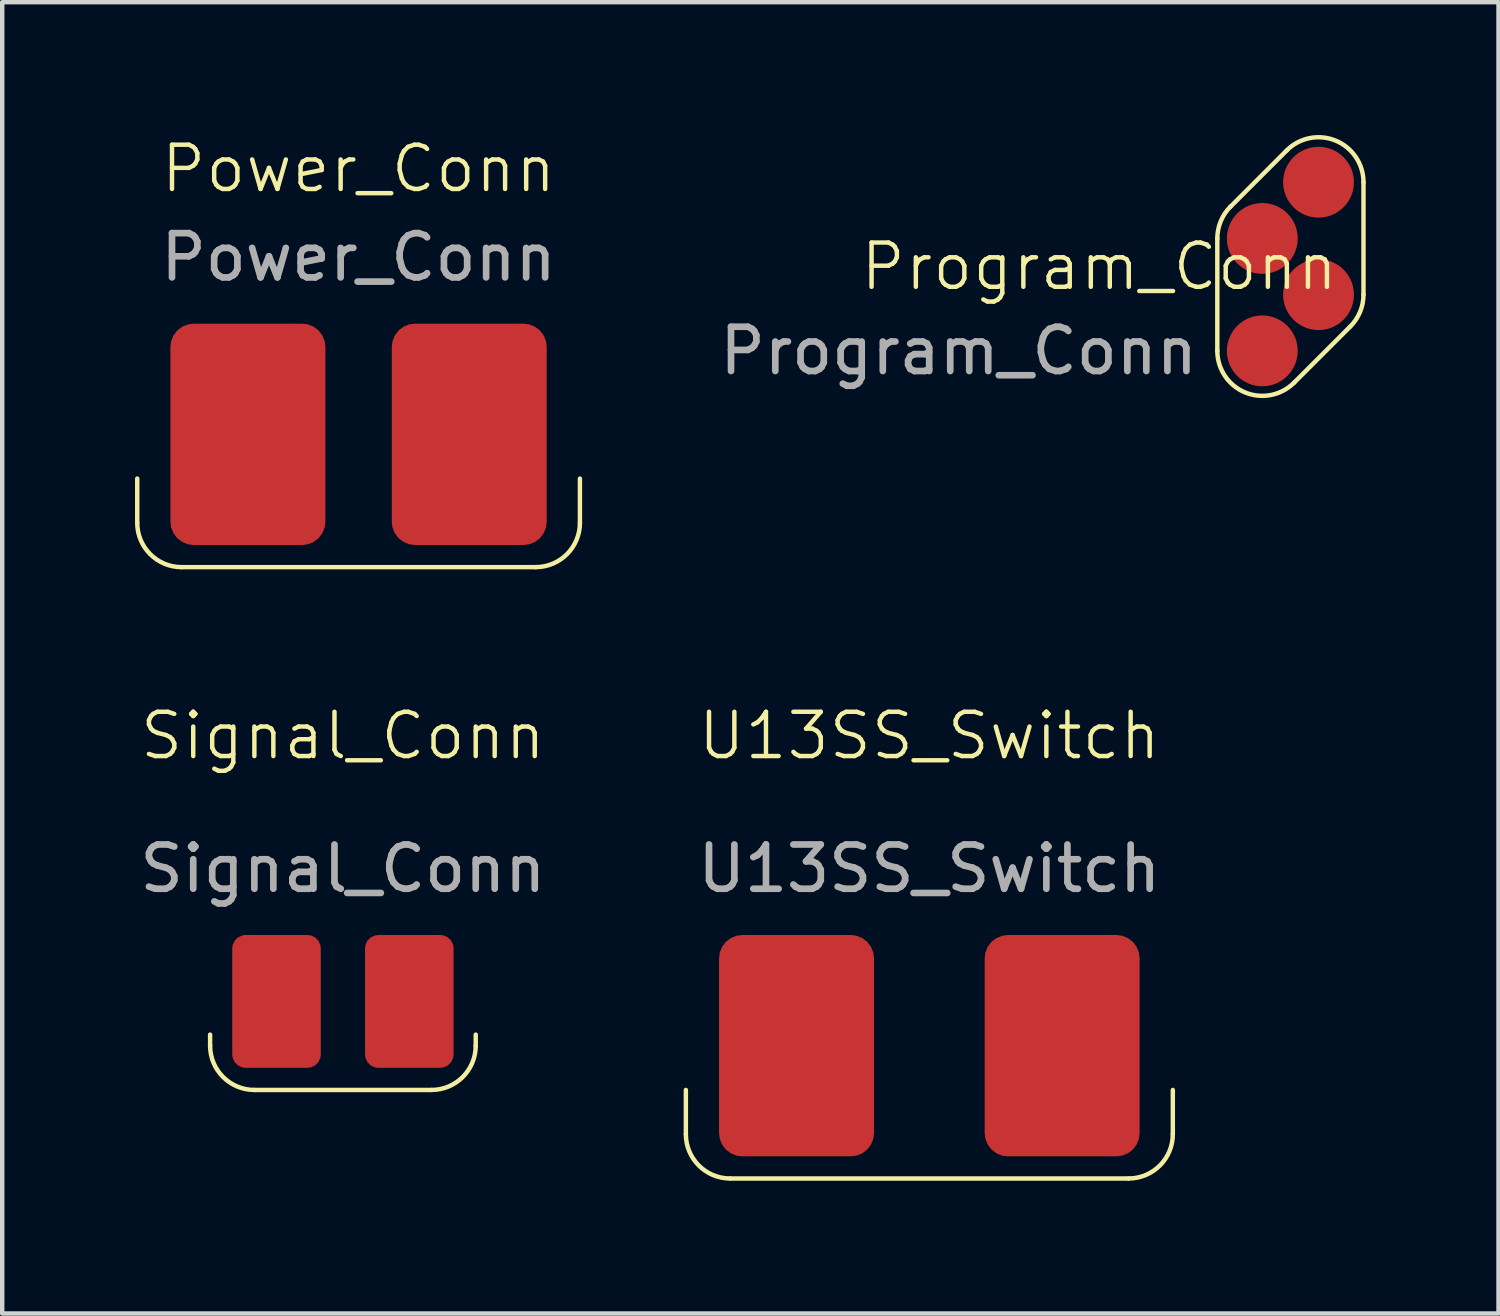
<source format=kicad_pcb>
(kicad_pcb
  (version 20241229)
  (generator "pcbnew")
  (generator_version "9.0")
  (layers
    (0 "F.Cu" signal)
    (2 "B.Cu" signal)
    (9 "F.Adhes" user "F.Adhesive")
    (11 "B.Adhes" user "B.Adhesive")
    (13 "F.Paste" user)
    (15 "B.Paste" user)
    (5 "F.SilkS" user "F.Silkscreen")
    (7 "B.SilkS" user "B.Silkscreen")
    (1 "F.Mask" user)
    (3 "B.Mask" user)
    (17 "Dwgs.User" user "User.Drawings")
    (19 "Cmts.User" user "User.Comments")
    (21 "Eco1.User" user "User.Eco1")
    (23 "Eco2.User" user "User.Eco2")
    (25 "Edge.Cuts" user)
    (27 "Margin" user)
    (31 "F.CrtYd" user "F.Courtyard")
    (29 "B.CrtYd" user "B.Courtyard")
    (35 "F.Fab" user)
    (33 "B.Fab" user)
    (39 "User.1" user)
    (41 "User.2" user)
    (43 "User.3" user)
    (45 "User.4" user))
  (footprint "Power_Conn"
    (layer "F.Cu")
    (at 5.05 6.761)
    (property "Reference" "Power_Conn" (at 0 -6 0) (unlocked yes) (layer "F.SilkS") (effects (font (size 1 1) (thickness 0.1))))
    (attr smd)
    (fp_line (start -5 1) (end -5 2) (stroke (width 0.1) (type default)) (layer "F.SilkS"))
    (fp_line (start -4 3) (end 4 3) (stroke (width 0.1) (type default)) (layer "F.SilkS"))
    (fp_line (start 5 2) (end 5 1) (stroke (width 0.1) (type default)) (layer "F.SilkS"))
    (fp_arc (start -4 3) (mid -4.707107 2.707107) (end -5 2) (stroke (width 0.1) (type default)) (layer "F.SilkS"))
    (fp_arc (start 5 2) (mid 4.707107 2.707107) (end 4 3) (stroke (width 0.1) (type default)) (layer "F.SilkS"))
    (fp_text user "${REFERENCE}" (at 0 -4 0) (unlocked yes) (layer "F.Fab") (effects (font (size 1 1) (thickness 0.15))))
    (pad "1" smd roundrect (at -2.5 0) (size 3.5 5) (layers "F.Cu" "F.Mask" "F.Paste") (roundrect_rratio 0.15))
    (pad "2" smd roundrect (at 2.5 0) (size 3.5 5) (layers "F.Cu" "F.Mask" "F.Paste") (roundrect_rratio 0.15)))
  (footprint "Program_Conn"
    (layer "F.Cu")
    (at 26.099 2.971)
    (property "Reference" "Program_Conn" (at -4.318 0 0) (unlocked yes) (layer "F.SilkS") (effects (font (size 1 1) (thickness 0.1))))
    (attr smd)
    (fp_line (start -1.651 -0.635) (end -1.651 1.905) (stroke (width 0.1) (type default)) (layer "F.SilkS"))
    (fp_line (start -1.353 -1.353) (end -0.083 -2.623) (stroke (width 0.1) (type default)) (layer "F.SilkS"))
    (fp_line (start 0.083 2.623) (end 1.353 1.353) (stroke (width 0.1) (type default)) (layer "F.SilkS"))
    (fp_line (start 1.651 -1.905) (end 1.651 0.635) (stroke (width 0.1) (type default)) (layer "F.SilkS"))
    (fp_arc (start -1.651 -0.635) (mid -1.573662 -1.023806) (end -1.35342 -1.35342) (stroke (width 0.1) (type default)) (layer "F.SilkS"))
    (fp_arc (start -0.08342 -2.62342) (mid 1.023806 -2.843661) (end 1.651 -1.905) (stroke (width 0.1) (type default)) (layer "F.SilkS"))
    (fp_arc (start 0.08342 2.62342) (mid -1.023806 2.843661) (end -1.651 1.905) (stroke (width 0.1) (type default)) (layer "F.SilkS"))
    (fp_arc (start 1.651 0.635) (mid 1.573662 1.023806) (end 1.35342 1.35342) (stroke (width 0.1) (type default)) (layer "F.SilkS"))
    (fp_text user "${REFERENCE}" (at -7.493 1.905 0) (unlocked yes) (layer "F.Fab") (effects (font (size 1 1) (thickness 0.15))))
    (pad "1" smd circle (at 0.635 -1.905) (size 1.6 1.6) (layers "F.Cu" "F.Mask" "F.Paste"))
    (pad "2" smd circle (at -0.635 -0.635) (size 1.6 1.6) (layers "F.Cu" "F.Mask" "F.Paste"))
    (pad "3" smd circle (at 0.635 0.635) (size 1.6 1.6) (layers "F.Cu" "F.Mask" "F.Paste"))
    (pad "4" smd circle (at -0.635 1.905) (size 1.6 1.6) (layers "F.Cu" "F.Mask" "F.Paste")))
  (footprint "U13SS_Switch"
    (layer "F.Cu")
    (at 17.943 20.571)
    (property "Reference" "U13SS_Switch" (at 0 -7 0) (unlocked yes) (layer "F.SilkS") (effects (font (size 1 1) (thickness 0.1))))
    (attr smd)
    (fp_line (start -5.5 1) (end -5.5 2) (stroke (width 0.1) (type default)) (layer "F.SilkS"))
    (fp_line (start -4.5 3) (end 4.5 3) (stroke (width 0.1) (type default)) (layer "F.SilkS"))
    (fp_line (start 5.5 2) (end 5.5 1) (stroke (width 0.1) (type default)) (layer "F.SilkS"))
    (fp_arc (start -4.5 3) (mid -5.207107 2.707107) (end -5.5 2) (stroke (width 0.1) (type default)) (layer "F.SilkS"))
    (fp_arc (start 5.5 2) (mid 5.207107 2.707107) (end 4.5 3) (stroke (width 0.1) (type default)) (layer "F.SilkS"))
    (fp_text user "${REFERENCE}" (at 0 -4 0) (unlocked yes) (layer "F.Fab") (effects (font (size 1 1) (thickness 0.15))))
    (pad "1" smd roundrect (at -3 0) (size 3.5 5) (layers "F.Cu" "F.Mask" "F.Paste") (roundrect_rratio 0.15))
    (pad "2" smd roundrect (at 3 0) (size 3.5 5) (layers "F.Cu" "F.Mask" "F.Paste") (roundrect_rratio 0.15)))
  (footprint "Signal_Conn"
    (layer "F.Cu")
    (at 4.696 19.571)
    (property "Reference" "Signal_Conn" (at 0 -6 0) (unlocked yes) (layer "F.SilkS") (effects (font (size 1 1) (thickness 0.1))))
    (attr smd)
    (fp_line (start -3 0.75) (end -3 1) (stroke (width 0.1) (type default)) (layer "F.SilkS"))
    (fp_line (start -2 2) (end 2 2) (stroke (width 0.1) (type default)) (layer "F.SilkS"))
    (fp_line (start 3 1) (end 3 0.75) (stroke (width 0.1) (type default)) (layer "F.SilkS"))
    (fp_arc (start -2 2) (mid -2.707107 1.707107) (end -3 1) (stroke (width 0.1) (type default)) (layer "F.SilkS"))
    (fp_arc (start 3 1) (mid 2.707107 1.707107) (end 2 2) (stroke (width 0.1) (type default)) (layer "F.SilkS"))
    (fp_text user "${REFERENCE}" (at 0 -3 0) (unlocked yes) (layer "F.Fab") (effects (font (size 1 1) (thickness 0.15))))
    (pad "1" smd roundrect (at -1.5 0) (size 2 3) (layers "F.Cu" "F.Mask" "F.Paste") (roundrect_rratio 0.15))
    (pad "2" smd roundrect (at 1.5 0) (size 2 3) (layers "F.Cu" "F.Mask" "F.Paste") (roundrect_rratio 0.15)))
  (gr_rect
    (start -3 -3)
    (end 30.8 26.621)
    (stroke (width 0.1) (type default))
    (fill no)
    (layer "Edge.Cuts")))
</source>
